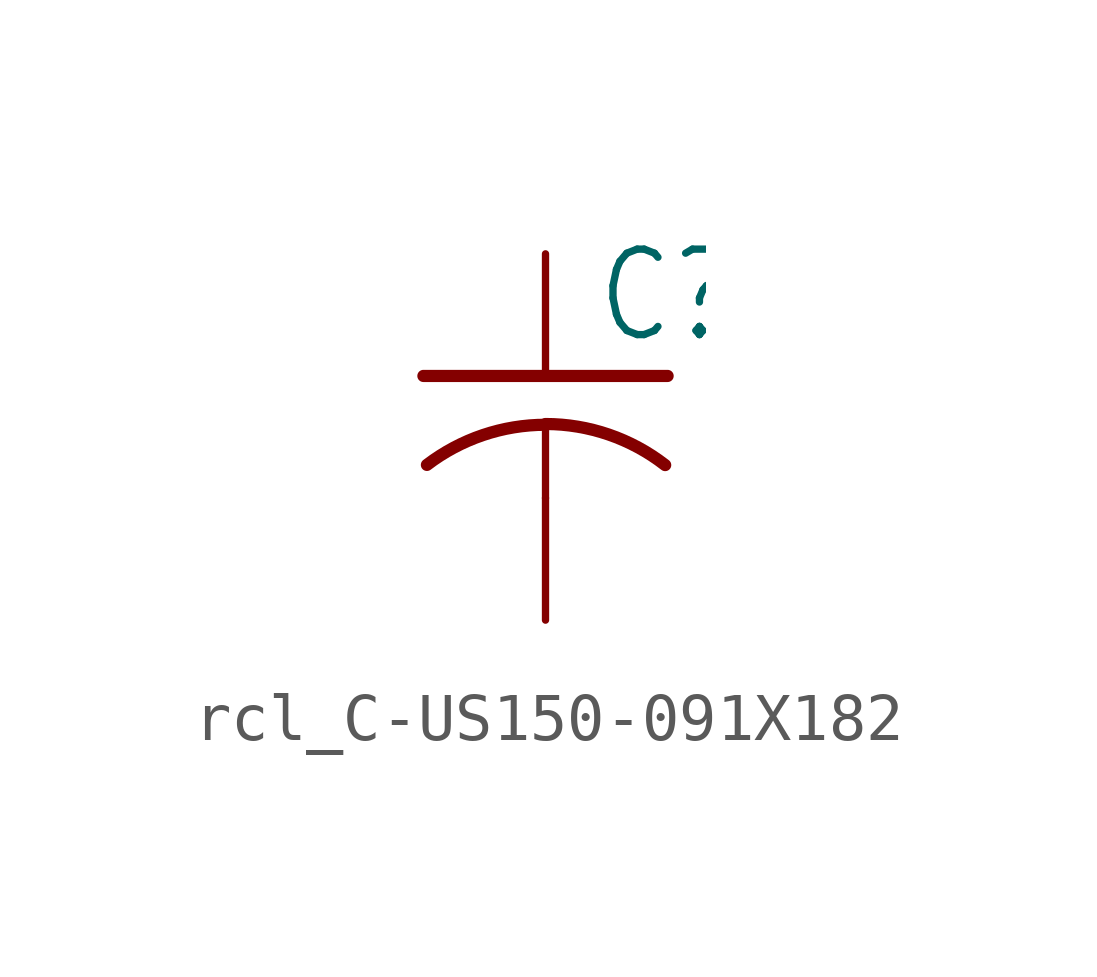
<source format=kicad_sym>
(kicad_symbol_lib
  (version 20231120)
  (generator "kicad_symbol_editor")
  (generator_version "8.0")
  (symbol "rcl_C-US150-091X182"
    (property "Reference" "C"
      (at 1.016 0.635 0)
      (effects (font (size 1.778 1.511)) (justify left bottom)))
    (property "Value" ""
      (at 1.016 -4.191 0)
      (effects (font (size 1.778 1.511)) (justify left bottom)))
    (property "ki_locked" ""
      (at 0 0 0)
      (effects (font (size 1.27 1.27))))
    (symbol "rcl_C-US150-091X182_1_0"
      (arc (start 0 -1.0161) (mid -1.302 -1.2303) (end -2.4668 -1.8504) (stroke (width 0.254) (type solid)) (fill (type none)))
      (polyline (pts (xy -2.54 0) (xy 2.54 0)) (stroke (width 0.254) (type solid)) (fill (type none)))
      (polyline (pts (xy 0 -1.016) (xy 0 -2.54)) (stroke (width 0.152) (type solid)) (fill (type none)))
      (arc (start 2.4892 -1.8541) (mid 1.3158 -1.2194) (end 0 -1) (stroke (width 0.254) (type solid)) (fill (type none)))
      (pin passive line (at 0 2.54 270) (length 2.54) (name "1" (effects (font (size 0 0)))) (number "1" (effects (font (size 0 0)))))
      (pin passive line (at 0 -5.08 90) (length 2.54) (name "2" (effects (font (size 0 0)))) (number "2" (effects (font (size 0 0))))))))
</source>
